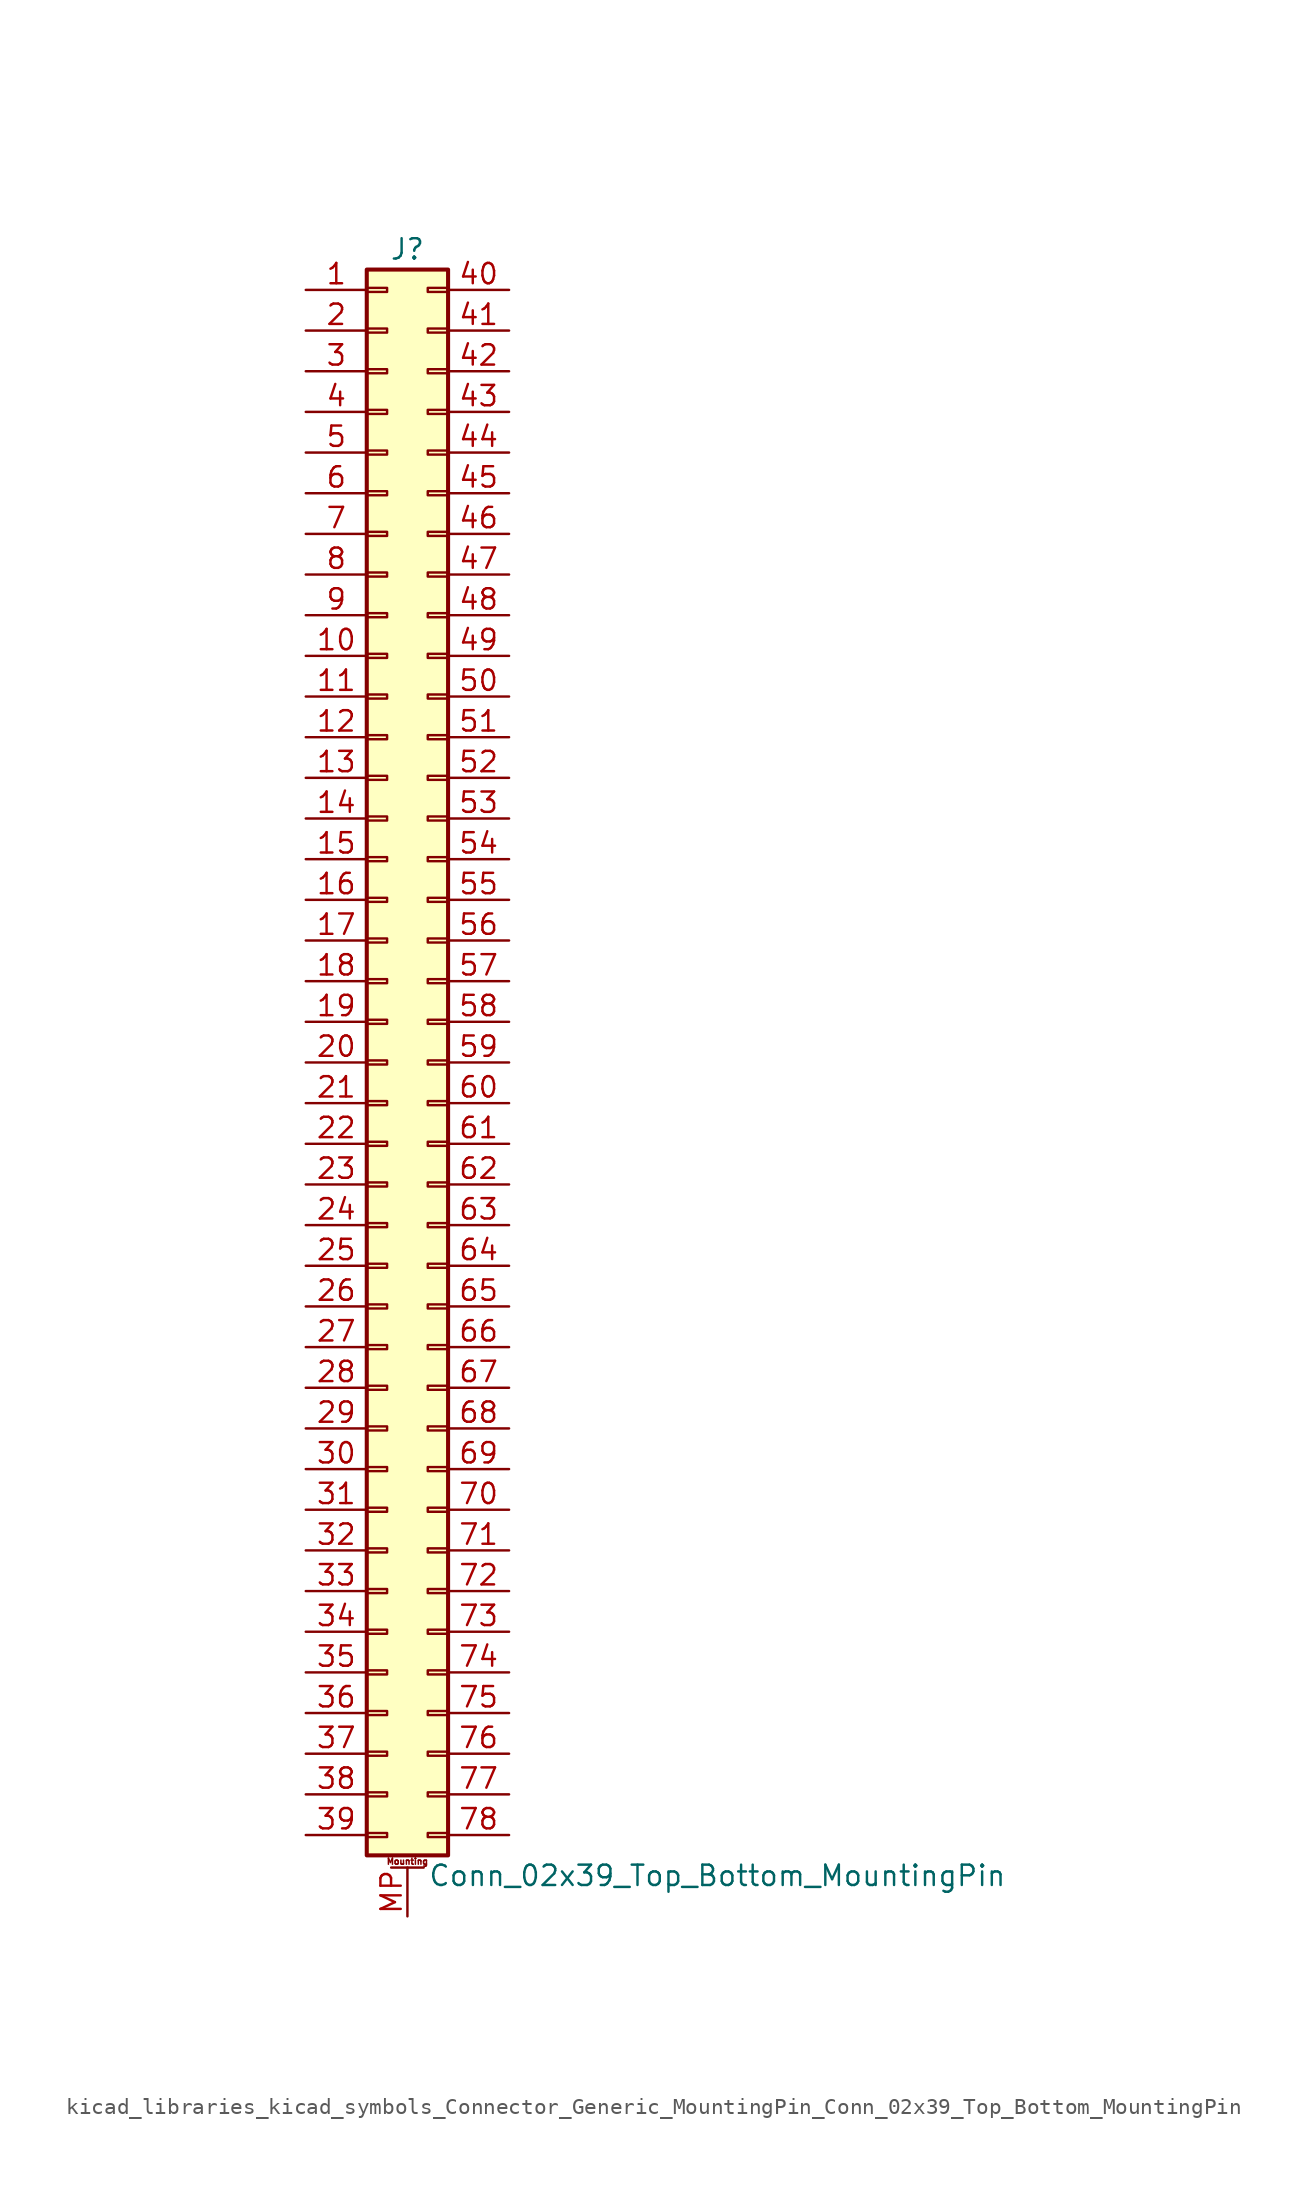
<source format=kicad_sym>
(kicad_symbol_lib
  (version 20220914)
  (generator kicad_symbol_editor)
  (symbol "kicad_libraries_kicad_symbols_Connector_Generic_MountingPin_Conn_02x39_Top_Bottom_MountingPin"
    (pin_names
      (offset 1.016) hide)
    (property "Reference" "J"
      (at 1.27 50.8 0)
      (effects (font (size 1.27 1.27))))
    (property "Value" "Conn_02x39_Top_Bottom_MountingPin"
      (at 2.54 -50.8 0)
      (effects (font (size 1.27 1.27)) (justify left)))
    (symbol "kicad_libraries_kicad_symbols_Connector_Generic_MountingPin_Conn_02x39_Top_Bottom_MountingPin_1_1"
      (rectangle (start -1.27 -48.133) (end 0 -48.387) (stroke (width 0.152) (type default)) (fill (type none)))
      (rectangle (start -1.27 -45.593) (end 0 -45.847) (stroke (width 0.152) (type default)) (fill (type none)))
      (rectangle (start -1.27 -43.053) (end 0 -43.307) (stroke (width 0.152) (type default)) (fill (type none)))
      (rectangle (start -1.27 -40.513) (end 0 -40.767) (stroke (width 0.152) (type default)) (fill (type none)))
      (rectangle (start -1.27 -37.973) (end 0 -38.227) (stroke (width 0.152) (type default)) (fill (type none)))
      (rectangle (start -1.27 -35.433) (end 0 -35.687) (stroke (width 0.152) (type default)) (fill (type none)))
      (rectangle (start -1.27 -32.893) (end 0 -33.147) (stroke (width 0.152) (type default)) (fill (type none)))
      (rectangle (start -1.27 -30.353) (end 0 -30.607) (stroke (width 0.152) (type default)) (fill (type none)))
      (rectangle (start -1.27 -27.813) (end 0 -28.067) (stroke (width 0.152) (type default)) (fill (type none)))
      (rectangle (start -1.27 -25.273) (end 0 -25.527) (stroke (width 0.152) (type default)) (fill (type none)))
      (rectangle (start -1.27 -22.733) (end 0 -22.987) (stroke (width 0.152) (type default)) (fill (type none)))
      (rectangle (start -1.27 -20.193) (end 0 -20.447) (stroke (width 0.152) (type default)) (fill (type none)))
      (rectangle (start -1.27 -17.653) (end 0 -17.907) (stroke (width 0.152) (type default)) (fill (type none)))
      (rectangle (start -1.27 -15.113) (end 0 -15.367) (stroke (width 0.152) (type default)) (fill (type none)))
      (rectangle (start -1.27 -12.573) (end 0 -12.827) (stroke (width 0.152) (type default)) (fill (type none)))
      (rectangle (start -1.27 -10.033) (end 0 -10.287) (stroke (width 0.152) (type default)) (fill (type none)))
      (rectangle (start -1.27 -7.493) (end 0 -7.747) (stroke (width 0.152) (type default)) (fill (type none)))
      (rectangle (start -1.27 -4.953) (end 0 -5.207) (stroke (width 0.152) (type default)) (fill (type none)))
      (rectangle (start -1.27 -2.413) (end 0 -2.667) (stroke (width 0.152) (type default)) (fill (type none)))
      (rectangle (start -1.27 0.127) (end 0 -0.127) (stroke (width 0.152) (type default)) (fill (type none)))
      (rectangle (start -1.27 2.667) (end 0 2.413) (stroke (width 0.152) (type default)) (fill (type none)))
      (rectangle (start -1.27 5.207) (end 0 4.953) (stroke (width 0.152) (type default)) (fill (type none)))
      (rectangle (start -1.27 7.747) (end 0 7.493) (stroke (width 0.152) (type default)) (fill (type none)))
      (rectangle (start -1.27 10.287) (end 0 10.033) (stroke (width 0.152) (type default)) (fill (type none)))
      (rectangle (start -1.27 12.827) (end 0 12.573) (stroke (width 0.152) (type default)) (fill (type none)))
      (rectangle (start -1.27 15.367) (end 0 15.113) (stroke (width 0.152) (type default)) (fill (type none)))
      (rectangle (start -1.27 17.907) (end 0 17.653) (stroke (width 0.152) (type default)) (fill (type none)))
      (rectangle (start -1.27 20.447) (end 0 20.193) (stroke (width 0.152) (type default)) (fill (type none)))
      (rectangle (start -1.27 22.987) (end 0 22.733) (stroke (width 0.152) (type default)) (fill (type none)))
      (rectangle (start -1.27 25.527) (end 0 25.273) (stroke (width 0.152) (type default)) (fill (type none)))
      (rectangle (start -1.27 28.067) (end 0 27.813) (stroke (width 0.152) (type default)) (fill (type none)))
      (rectangle (start -1.27 30.607) (end 0 30.353) (stroke (width 0.152) (type default)) (fill (type none)))
      (rectangle (start -1.27 33.147) (end 0 32.893) (stroke (width 0.152) (type default)) (fill (type none)))
      (rectangle (start -1.27 35.687) (end 0 35.433) (stroke (width 0.152) (type default)) (fill (type none)))
      (rectangle (start -1.27 38.227) (end 0 37.973) (stroke (width 0.152) (type default)) (fill (type none)))
      (rectangle (start -1.27 40.767) (end 0 40.513) (stroke (width 0.152) (type default)) (fill (type none)))
      (rectangle (start -1.27 43.307) (end 0 43.053) (stroke (width 0.152) (type default)) (fill (type none)))
      (rectangle (start -1.27 45.847) (end 0 45.593) (stroke (width 0.152) (type default)) (fill (type none)))
      (rectangle (start -1.27 48.387) (end 0 48.133) (stroke (width 0.152) (type default)) (fill (type none)))
      (rectangle (start -1.27 49.53) (end 3.81 -49.53) (stroke (width 0.254) (type default)) (fill (type background)))
      (polyline (pts (xy 0.254 -50.292) (xy 2.286 -50.292)) (stroke (width 0.152) (type default)) (fill (type none)))
      (rectangle (start 3.81 -48.133) (end 2.54 -48.387) (stroke (width 0.152) (type default)) (fill (type none)))
      (rectangle (start 3.81 -45.593) (end 2.54 -45.847) (stroke (width 0.152) (type default)) (fill (type none)))
      (rectangle (start 3.81 -43.053) (end 2.54 -43.307) (stroke (width 0.152) (type default)) (fill (type none)))
      (rectangle (start 3.81 -40.513) (end 2.54 -40.767) (stroke (width 0.152) (type default)) (fill (type none)))
      (rectangle (start 3.81 -37.973) (end 2.54 -38.227) (stroke (width 0.152) (type default)) (fill (type none)))
      (rectangle (start 3.81 -35.433) (end 2.54 -35.687) (stroke (width 0.152) (type default)) (fill (type none)))
      (rectangle (start 3.81 -32.893) (end 2.54 -33.147) (stroke (width 0.152) (type default)) (fill (type none)))
      (rectangle (start 3.81 -30.353) (end 2.54 -30.607) (stroke (width 0.152) (type default)) (fill (type none)))
      (rectangle (start 3.81 -27.813) (end 2.54 -28.067) (stroke (width 0.152) (type default)) (fill (type none)))
      (rectangle (start 3.81 -25.273) (end 2.54 -25.527) (stroke (width 0.152) (type default)) (fill (type none)))
      (rectangle (start 3.81 -22.733) (end 2.54 -22.987) (stroke (width 0.152) (type default)) (fill (type none)))
      (rectangle (start 3.81 -20.193) (end 2.54 -20.447) (stroke (width 0.152) (type default)) (fill (type none)))
      (rectangle (start 3.81 -17.653) (end 2.54 -17.907) (stroke (width 0.152) (type default)) (fill (type none)))
      (rectangle (start 3.81 -15.113) (end 2.54 -15.367) (stroke (width 0.152) (type default)) (fill (type none)))
      (rectangle (start 3.81 -12.573) (end 2.54 -12.827) (stroke (width 0.152) (type default)) (fill (type none)))
      (rectangle (start 3.81 -10.033) (end 2.54 -10.287) (stroke (width 0.152) (type default)) (fill (type none)))
      (rectangle (start 3.81 -7.493) (end 2.54 -7.747) (stroke (width 0.152) (type default)) (fill (type none)))
      (rectangle (start 3.81 -4.953) (end 2.54 -5.207) (stroke (width 0.152) (type default)) (fill (type none)))
      (rectangle (start 3.81 -2.413) (end 2.54 -2.667) (stroke (width 0.152) (type default)) (fill (type none)))
      (rectangle (start 3.81 0.127) (end 2.54 -0.127) (stroke (width 0.152) (type default)) (fill (type none)))
      (rectangle (start 3.81 2.667) (end 2.54 2.413) (stroke (width 0.152) (type default)) (fill (type none)))
      (rectangle (start 3.81 5.207) (end 2.54 4.953) (stroke (width 0.152) (type default)) (fill (type none)))
      (rectangle (start 3.81 7.747) (end 2.54 7.493) (stroke (width 0.152) (type default)) (fill (type none)))
      (rectangle (start 3.81 10.287) (end 2.54 10.033) (stroke (width 0.152) (type default)) (fill (type none)))
      (rectangle (start 3.81 12.827) (end 2.54 12.573) (stroke (width 0.152) (type default)) (fill (type none)))
      (rectangle (start 3.81 15.367) (end 2.54 15.113) (stroke (width 0.152) (type default)) (fill (type none)))
      (rectangle (start 3.81 17.907) (end 2.54 17.653) (stroke (width 0.152) (type default)) (fill (type none)))
      (rectangle (start 3.81 20.447) (end 2.54 20.193) (stroke (width 0.152) (type default)) (fill (type none)))
      (rectangle (start 3.81 22.987) (end 2.54 22.733) (stroke (width 0.152) (type default)) (fill (type none)))
      (rectangle (start 3.81 25.527) (end 2.54 25.273) (stroke (width 0.152) (type default)) (fill (type none)))
      (rectangle (start 3.81 28.067) (end 2.54 27.813) (stroke (width 0.152) (type default)) (fill (type none)))
      (rectangle (start 3.81 30.607) (end 2.54 30.353) (stroke (width 0.152) (type default)) (fill (type none)))
      (rectangle (start 3.81 33.147) (end 2.54 32.893) (stroke (width 0.152) (type default)) (fill (type none)))
      (rectangle (start 3.81 35.687) (end 2.54 35.433) (stroke (width 0.152) (type default)) (fill (type none)))
      (rectangle (start 3.81 38.227) (end 2.54 37.973) (stroke (width 0.152) (type default)) (fill (type none)))
      (rectangle (start 3.81 40.767) (end 2.54 40.513) (stroke (width 0.152) (type default)) (fill (type none)))
      (rectangle (start 3.81 43.307) (end 2.54 43.053) (stroke (width 0.152) (type default)) (fill (type none)))
      (rectangle (start 3.81 45.847) (end 2.54 45.593) (stroke (width 0.152) (type default)) (fill (type none)))
      (rectangle (start 3.81 48.387) (end 2.54 48.133) (stroke (width 0.152) (type default)) (fill (type none)))
      (text "Mounting" (at 1.27 -49.911 0) (effects (font (size 0.381 0.381))))
      (pin passive line (at -5.08 48.26 0) (length 3.81) (name "Pin_1" (effects (font (size 1.27 1.27)))) (number "1" (effects (font (size 1.27 1.27)))))
      (pin passive line (at -5.08 25.4 0) (length 3.81) (name "Pin_10" (effects (font (size 1.27 1.27)))) (number "10" (effects (font (size 1.27 1.27)))))
      (pin passive line (at -5.08 22.86 0) (length 3.81) (name "Pin_11" (effects (font (size 1.27 1.27)))) (number "11" (effects (font (size 1.27 1.27)))))
      (pin passive line (at -5.08 20.32 0) (length 3.81) (name "Pin_12" (effects (font (size 1.27 1.27)))) (number "12" (effects (font (size 1.27 1.27)))))
      (pin passive line (at -5.08 17.78 0) (length 3.81) (name "Pin_13" (effects (font (size 1.27 1.27)))) (number "13" (effects (font (size 1.27 1.27)))))
      (pin passive line (at -5.08 15.24 0) (length 3.81) (name "Pin_14" (effects (font (size 1.27 1.27)))) (number "14" (effects (font (size 1.27 1.27)))))
      (pin passive line (at -5.08 12.7 0) (length 3.81) (name "Pin_15" (effects (font (size 1.27 1.27)))) (number "15" (effects (font (size 1.27 1.27)))))
      (pin passive line (at -5.08 10.16 0) (length 3.81) (name "Pin_16" (effects (font (size 1.27 1.27)))) (number "16" (effects (font (size 1.27 1.27)))))
      (pin passive line (at -5.08 7.62 0) (length 3.81) (name "Pin_17" (effects (font (size 1.27 1.27)))) (number "17" (effects (font (size 1.27 1.27)))))
      (pin passive line (at -5.08 5.08 0) (length 3.81) (name "Pin_18" (effects (font (size 1.27 1.27)))) (number "18" (effects (font (size 1.27 1.27)))))
      (pin passive line (at -5.08 2.54 0) (length 3.81) (name "Pin_19" (effects (font (size 1.27 1.27)))) (number "19" (effects (font (size 1.27 1.27)))))
      (pin passive line (at -5.08 45.72 0) (length 3.81) (name "Pin_2" (effects (font (size 1.27 1.27)))) (number "2" (effects (font (size 1.27 1.27)))))
      (pin passive line (at -5.08 0 0) (length 3.81) (name "Pin_20" (effects (font (size 1.27 1.27)))) (number "20" (effects (font (size 1.27 1.27)))))
      (pin passive line (at -5.08 -2.54 0) (length 3.81) (name "Pin_21" (effects (font (size 1.27 1.27)))) (number "21" (effects (font (size 1.27 1.27)))))
      (pin passive line (at -5.08 -5.08 0) (length 3.81) (name "Pin_22" (effects (font (size 1.27 1.27)))) (number "22" (effects (font (size 1.27 1.27)))))
      (pin passive line (at -5.08 -7.62 0) (length 3.81) (name "Pin_23" (effects (font (size 1.27 1.27)))) (number "23" (effects (font (size 1.27 1.27)))))
      (pin passive line (at -5.08 -10.16 0) (length 3.81) (name "Pin_24" (effects (font (size 1.27 1.27)))) (number "24" (effects (font (size 1.27 1.27)))))
      (pin passive line (at -5.08 -12.7 0) (length 3.81) (name "Pin_25" (effects (font (size 1.27 1.27)))) (number "25" (effects (font (size 1.27 1.27)))))
      (pin passive line (at -5.08 -15.24 0) (length 3.81) (name "Pin_26" (effects (font (size 1.27 1.27)))) (number "26" (effects (font (size 1.27 1.27)))))
      (pin passive line (at -5.08 -17.78 0) (length 3.81) (name "Pin_27" (effects (font (size 1.27 1.27)))) (number "27" (effects (font (size 1.27 1.27)))))
      (pin passive line (at -5.08 -20.32 0) (length 3.81) (name "Pin_28" (effects (font (size 1.27 1.27)))) (number "28" (effects (font (size 1.27 1.27)))))
      (pin passive line (at -5.08 -22.86 0) (length 3.81) (name "Pin_29" (effects (font (size 1.27 1.27)))) (number "29" (effects (font (size 1.27 1.27)))))
      (pin passive line (at -5.08 43.18 0) (length 3.81) (name "Pin_3" (effects (font (size 1.27 1.27)))) (number "3" (effects (font (size 1.27 1.27)))))
      (pin passive line (at -5.08 -25.4 0) (length 3.81) (name "Pin_30" (effects (font (size 1.27 1.27)))) (number "30" (effects (font (size 1.27 1.27)))))
      (pin passive line (at -5.08 -27.94 0) (length 3.81) (name "Pin_31" (effects (font (size 1.27 1.27)))) (number "31" (effects (font (size 1.27 1.27)))))
      (pin passive line (at -5.08 -30.48 0) (length 3.81) (name "Pin_32" (effects (font (size 1.27 1.27)))) (number "32" (effects (font (size 1.27 1.27)))))
      (pin passive line (at -5.08 -33.02 0) (length 3.81) (name "Pin_33" (effects (font (size 1.27 1.27)))) (number "33" (effects (font (size 1.27 1.27)))))
      (pin passive line (at -5.08 -35.56 0) (length 3.81) (name "Pin_34" (effects (font (size 1.27 1.27)))) (number "34" (effects (font (size 1.27 1.27)))))
      (pin passive line (at -5.08 -38.1 0) (length 3.81) (name "Pin_35" (effects (font (size 1.27 1.27)))) (number "35" (effects (font (size 1.27 1.27)))))
      (pin passive line (at -5.08 -40.64 0) (length 3.81) (name "Pin_36" (effects (font (size 1.27 1.27)))) (number "36" (effects (font (size 1.27 1.27)))))
      (pin passive line (at -5.08 -43.18 0) (length 3.81) (name "Pin_37" (effects (font (size 1.27 1.27)))) (number "37" (effects (font (size 1.27 1.27)))))
      (pin passive line (at -5.08 -45.72 0) (length 3.81) (name "Pin_38" (effects (font (size 1.27 1.27)))) (number "38" (effects (font (size 1.27 1.27)))))
      (pin passive line (at -5.08 -48.26 0) (length 3.81) (name "Pin_39" (effects (font (size 1.27 1.27)))) (number "39" (effects (font (size 1.27 1.27)))))
      (pin passive line (at -5.08 40.64 0) (length 3.81) (name "Pin_4" (effects (font (size 1.27 1.27)))) (number "4" (effects (font (size 1.27 1.27)))))
      (pin passive line (at 7.62 48.26 180) (length 3.81) (name "Pin_40" (effects (font (size 1.27 1.27)))) (number "40" (effects (font (size 1.27 1.27)))))
      (pin passive line (at 7.62 45.72 180) (length 3.81) (name "Pin_41" (effects (font (size 1.27 1.27)))) (number "41" (effects (font (size 1.27 1.27)))))
      (pin passive line (at 7.62 43.18 180) (length 3.81) (name "Pin_42" (effects (font (size 1.27 1.27)))) (number "42" (effects (font (size 1.27 1.27)))))
      (pin passive line (at 7.62 40.64 180) (length 3.81) (name "Pin_43" (effects (font (size 1.27 1.27)))) (number "43" (effects (font (size 1.27 1.27)))))
      (pin passive line (at 7.62 38.1 180) (length 3.81) (name "Pin_44" (effects (font (size 1.27 1.27)))) (number "44" (effects (font (size 1.27 1.27)))))
      (pin passive line (at 7.62 35.56 180) (length 3.81) (name "Pin_45" (effects (font (size 1.27 1.27)))) (number "45" (effects (font (size 1.27 1.27)))))
      (pin passive line (at 7.62 33.02 180) (length 3.81) (name "Pin_46" (effects (font (size 1.27 1.27)))) (number "46" (effects (font (size 1.27 1.27)))))
      (pin passive line (at 7.62 30.48 180) (length 3.81) (name "Pin_47" (effects (font (size 1.27 1.27)))) (number "47" (effects (font (size 1.27 1.27)))))
      (pin passive line (at 7.62 27.94 180) (length 3.81) (name "Pin_48" (effects (font (size 1.27 1.27)))) (number "48" (effects (font (size 1.27 1.27)))))
      (pin passive line (at 7.62 25.4 180) (length 3.81) (name "Pin_49" (effects (font (size 1.27 1.27)))) (number "49" (effects (font (size 1.27 1.27)))))
      (pin passive line (at -5.08 38.1 0) (length 3.81) (name "Pin_5" (effects (font (size 1.27 1.27)))) (number "5" (effects (font (size 1.27 1.27)))))
      (pin passive line (at 7.62 22.86 180) (length 3.81) (name "Pin_50" (effects (font (size 1.27 1.27)))) (number "50" (effects (font (size 1.27 1.27)))))
      (pin passive line (at 7.62 20.32 180) (length 3.81) (name "Pin_51" (effects (font (size 1.27 1.27)))) (number "51" (effects (font (size 1.27 1.27)))))
      (pin passive line (at 7.62 17.78 180) (length 3.81) (name "Pin_52" (effects (font (size 1.27 1.27)))) (number "52" (effects (font (size 1.27 1.27)))))
      (pin passive line (at 7.62 15.24 180) (length 3.81) (name "Pin_53" (effects (font (size 1.27 1.27)))) (number "53" (effects (font (size 1.27 1.27)))))
      (pin passive line (at 7.62 12.7 180) (length 3.81) (name "Pin_54" (effects (font (size 1.27 1.27)))) (number "54" (effects (font (size 1.27 1.27)))))
      (pin passive line (at 7.62 10.16 180) (length 3.81) (name "Pin_55" (effects (font (size 1.27 1.27)))) (number "55" (effects (font (size 1.27 1.27)))))
      (pin passive line (at 7.62 7.62 180) (length 3.81) (name "Pin_56" (effects (font (size 1.27 1.27)))) (number "56" (effects (font (size 1.27 1.27)))))
      (pin passive line (at 7.62 5.08 180) (length 3.81) (name "Pin_57" (effects (font (size 1.27 1.27)))) (number "57" (effects (font (size 1.27 1.27)))))
      (pin passive line (at 7.62 2.54 180) (length 3.81) (name "Pin_58" (effects (font (size 1.27 1.27)))) (number "58" (effects (font (size 1.27 1.27)))))
      (pin passive line (at 7.62 0 180) (length 3.81) (name "Pin_59" (effects (font (size 1.27 1.27)))) (number "59" (effects (font (size 1.27 1.27)))))
      (pin passive line (at -5.08 35.56 0) (length 3.81) (name "Pin_6" (effects (font (size 1.27 1.27)))) (number "6" (effects (font (size 1.27 1.27)))))
      (pin passive line (at 7.62 -2.54 180) (length 3.81) (name "Pin_60" (effects (font (size 1.27 1.27)))) (number "60" (effects (font (size 1.27 1.27)))))
      (pin passive line (at 7.62 -5.08 180) (length 3.81) (name "Pin_61" (effects (font (size 1.27 1.27)))) (number "61" (effects (font (size 1.27 1.27)))))
      (pin passive line (at 7.62 -7.62 180) (length 3.81) (name "Pin_62" (effects (font (size 1.27 1.27)))) (number "62" (effects (font (size 1.27 1.27)))))
      (pin passive line (at 7.62 -10.16 180) (length 3.81) (name "Pin_63" (effects (font (size 1.27 1.27)))) (number "63" (effects (font (size 1.27 1.27)))))
      (pin passive line (at 7.62 -12.7 180) (length 3.81) (name "Pin_64" (effects (font (size 1.27 1.27)))) (number "64" (effects (font (size 1.27 1.27)))))
      (pin passive line (at 7.62 -15.24 180) (length 3.81) (name "Pin_65" (effects (font (size 1.27 1.27)))) (number "65" (effects (font (size 1.27 1.27)))))
      (pin passive line (at 7.62 -17.78 180) (length 3.81) (name "Pin_66" (effects (font (size 1.27 1.27)))) (number "66" (effects (font (size 1.27 1.27)))))
      (pin passive line (at 7.62 -20.32 180) (length 3.81) (name "Pin_67" (effects (font (size 1.27 1.27)))) (number "67" (effects (font (size 1.27 1.27)))))
      (pin passive line (at 7.62 -22.86 180) (length 3.81) (name "Pin_68" (effects (font (size 1.27 1.27)))) (number "68" (effects (font (size 1.27 1.27)))))
      (pin passive line (at 7.62 -25.4 180) (length 3.81) (name "Pin_69" (effects (font (size 1.27 1.27)))) (number "69" (effects (font (size 1.27 1.27)))))
      (pin passive line (at -5.08 33.02 0) (length 3.81) (name "Pin_7" (effects (font (size 1.27 1.27)))) (number "7" (effects (font (size 1.27 1.27)))))
      (pin passive line (at 7.62 -27.94 180) (length 3.81) (name "Pin_70" (effects (font (size 1.27 1.27)))) (number "70" (effects (font (size 1.27 1.27)))))
      (pin passive line (at 7.62 -30.48 180) (length 3.81) (name "Pin_71" (effects (font (size 1.27 1.27)))) (number "71" (effects (font (size 1.27 1.27)))))
      (pin passive line (at 7.62 -33.02 180) (length 3.81) (name "Pin_72" (effects (font (size 1.27 1.27)))) (number "72" (effects (font (size 1.27 1.27)))))
      (pin passive line (at 7.62 -35.56 180) (length 3.81) (name "Pin_73" (effects (font (size 1.27 1.27)))) (number "73" (effects (font (size 1.27 1.27)))))
      (pin passive line (at 7.62 -38.1 180) (length 3.81) (name "Pin_74" (effects (font (size 1.27 1.27)))) (number "74" (effects (font (size 1.27 1.27)))))
      (pin passive line (at 7.62 -40.64 180) (length 3.81) (name "Pin_75" (effects (font (size 1.27 1.27)))) (number "75" (effects (font (size 1.27 1.27)))))
      (pin passive line (at 7.62 -43.18 180) (length 3.81) (name "Pin_76" (effects (font (size 1.27 1.27)))) (number "76" (effects (font (size 1.27 1.27)))))
      (pin passive line (at 7.62 -45.72 180) (length 3.81) (name "Pin_77" (effects (font (size 1.27 1.27)))) (number "77" (effects (font (size 1.27 1.27)))))
      (pin passive line (at 7.62 -48.26 180) (length 3.81) (name "Pin_78" (effects (font (size 1.27 1.27)))) (number "78" (effects (font (size 1.27 1.27)))))
      (pin passive line (at -5.08 30.48 0) (length 3.81) (name "Pin_8" (effects (font (size 1.27 1.27)))) (number "8" (effects (font (size 1.27 1.27)))))
      (pin passive line (at -5.08 27.94 0) (length 3.81) (name "Pin_9" (effects (font (size 1.27 1.27)))) (number "9" (effects (font (size 1.27 1.27)))))
      (pin passive line (at 1.27 -53.34 90) (length 3.048) (name "MountPin" (effects (font (size 1.27 1.27)))) (number "MP" (effects (font (size 1.27 1.27))))))))
</source>
